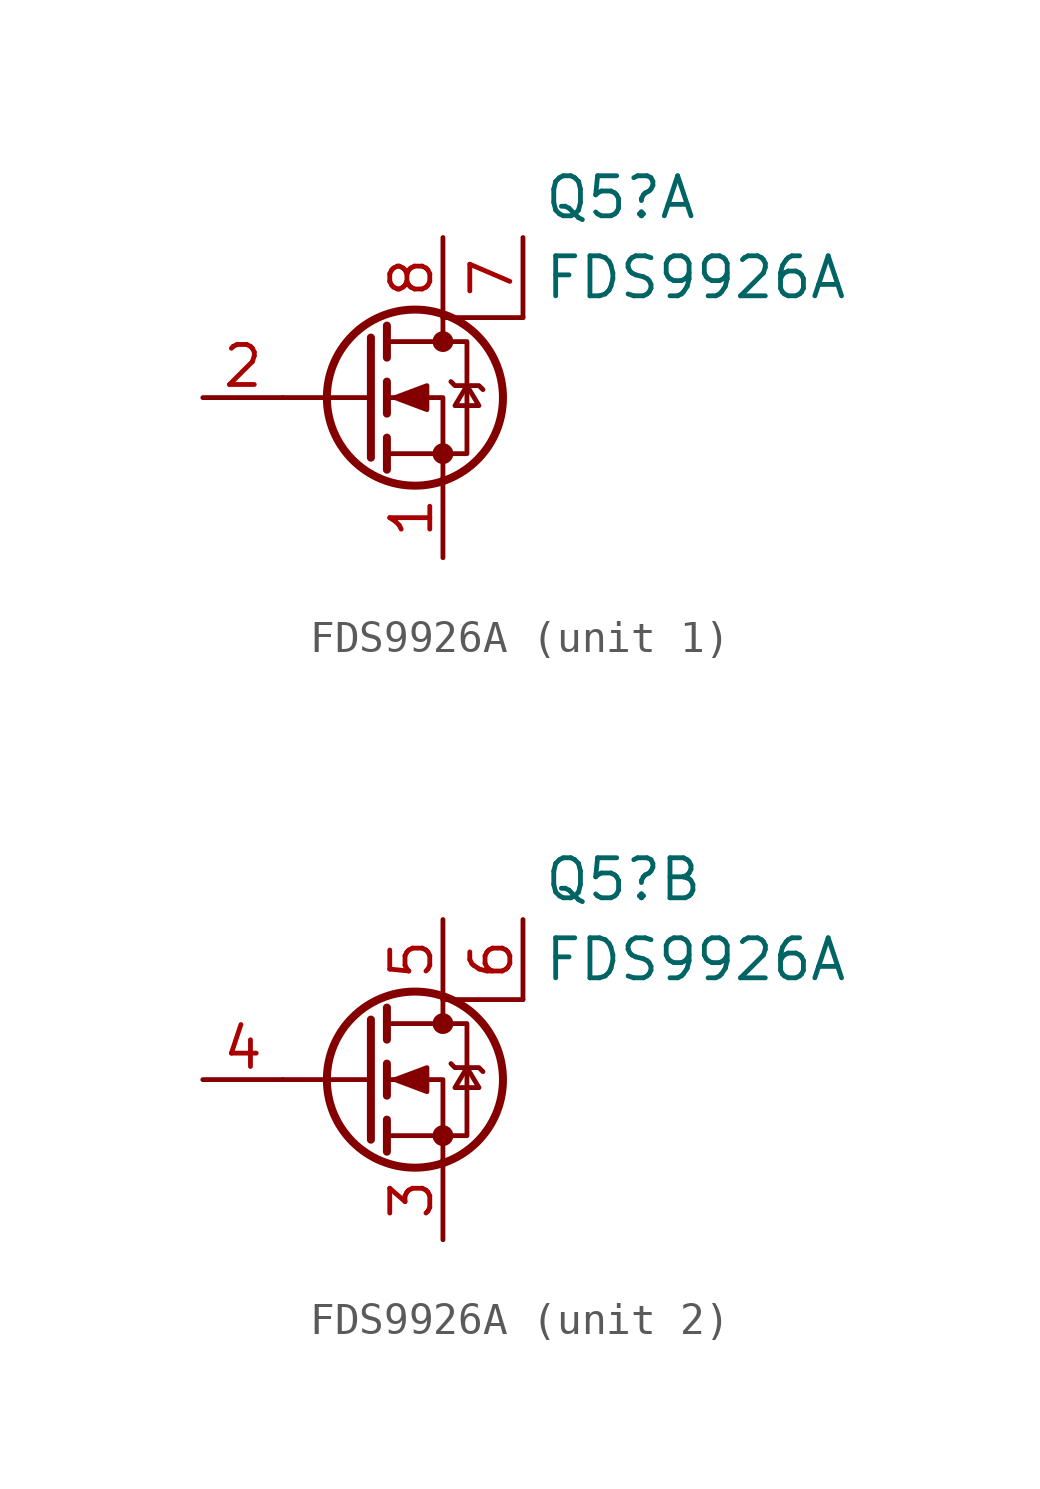
<source format=kicad_sym>
(kicad_symbol_lib
  (version 20220914)
  (generator kicad_symbol_editor)
  (symbol "FDS9926A"
    (pin_names hide)
    (property "Reference" "Q5"
      (at 5.715 6.35 0)
      (effects (font (size 1.27 1.27)) (justify left)))
    (property "Value" "FDS9926A"
      (at 5.715 3.81 0)
      (effects (font (size 1.27 1.27)) (justify left)))
    (symbol "FDS9926A_0_1"
      (polyline (pts (xy 0.254 0) (xy -2.54 0)) (stroke (width 0) (type default)) (fill (type none)))
      (polyline (pts (xy 0.254 1.905) (xy 0.254 -1.905)) (stroke (width 0.254) (type default)) (fill (type none)))
      (polyline (pts (xy 0.762 -1.27) (xy 0.762 -2.286)) (stroke (width 0.254) (type default)) (fill (type none)))
      (polyline (pts (xy 0.762 0.508) (xy 0.762 -0.508)) (stroke (width 0.254) (type default)) (fill (type none)))
      (polyline (pts (xy 0.762 2.286) (xy 0.762 1.27)) (stroke (width 0.254) (type default)) (fill (type none)))
      (polyline (pts (xy 2.54 2.54) (xy 2.54 1.778)) (stroke (width 0) (type default)) (fill (type none)))
      (polyline (pts (xy 5.08 2.54) (xy 2.54 2.54)) (stroke (width 0) (type default)) (fill (type none)))
      (polyline (pts (xy 2.54 -2.54) (xy 2.54 0) (xy 0.762 0)) (stroke (width 0) (type default)) (fill (type none)))
      (polyline (pts (xy 0.762 -1.778) (xy 3.302 -1.778) (xy 3.302 1.778) (xy 0.762 1.778)) (stroke (width 0) (type default)) (fill (type none)))
      (polyline (pts (xy 1.016 0) (xy 2.032 0.381) (xy 2.032 -0.381) (xy 1.016 0)) (stroke (width 0) (type default)) (fill (type outline)))
      (polyline (pts (xy 2.794 0.508) (xy 2.921 0.381) (xy 3.683 0.381) (xy 3.81 0.254)) (stroke (width 0) (type default)) (fill (type none)))
      (polyline (pts (xy 3.302 0.381) (xy 2.921 -0.254) (xy 3.683 -0.254) (xy 3.302 0.381)) (stroke (width 0) (type default)) (fill (type none)))
      (circle (center 1.651 0) (radius 2.794) (stroke (width 0.254) (type default)) (fill (type none)))
      (circle (center 2.54 -1.778) (radius 0.254) (stroke (width 0) (type default)) (fill (type outline)))
      (circle (center 2.54 1.778) (radius 0.254) (stroke (width 0) (type default)) (fill (type outline))))
    (symbol "FDS9926A_1_1"
      (pin passive line (at 2.54 -5.08 90) (length 2.54) (name "S1" (effects (font (size 1.27 1.27)))) (number "1" (effects (font (size 1.27 1.27)))))
      (pin passive line (at -5.08 0 0) (length 2.54) (name "G1" (effects (font (size 1.27 1.27)))) (number "2" (effects (font (size 1.27 1.27)))))
      (pin passive line (at 5.08 5.08 270) (length 2.54) (name "D1" (effects (font (size 1.27 1.27)))) (number "7" (effects (font (size 1.27 1.27)))))
      (pin passive line (at 2.54 5.08 270) (length 2.54) (name "D1" (effects (font (size 1.27 1.27)))) (number "8" (effects (font (size 1.27 1.27))))))
    (symbol "FDS9926A_2_1"
      (pin passive line (at 2.54 -5.08 90) (length 2.54) (name "S2" (effects (font (size 1.27 1.27)))) (number "3" (effects (font (size 1.27 1.27)))))
      (pin passive line (at -5.08 0 0) (length 2.54) (name "G2" (effects (font (size 1.27 1.27)))) (number "4" (effects (font (size 1.27 1.27)))))
      (pin passive line (at 2.54 5.08 270) (length 2.54) (name "D2" (effects (font (size 1.27 1.27)))) (number "5" (effects (font (size 1.27 1.27)))))
      (pin passive line (at 5.08 5.08 270) (length 2.54) (name "D2" (effects (font (size 1.27 1.27)))) (number "6" (effects (font (size 1.27 1.27))))))))
</source>
